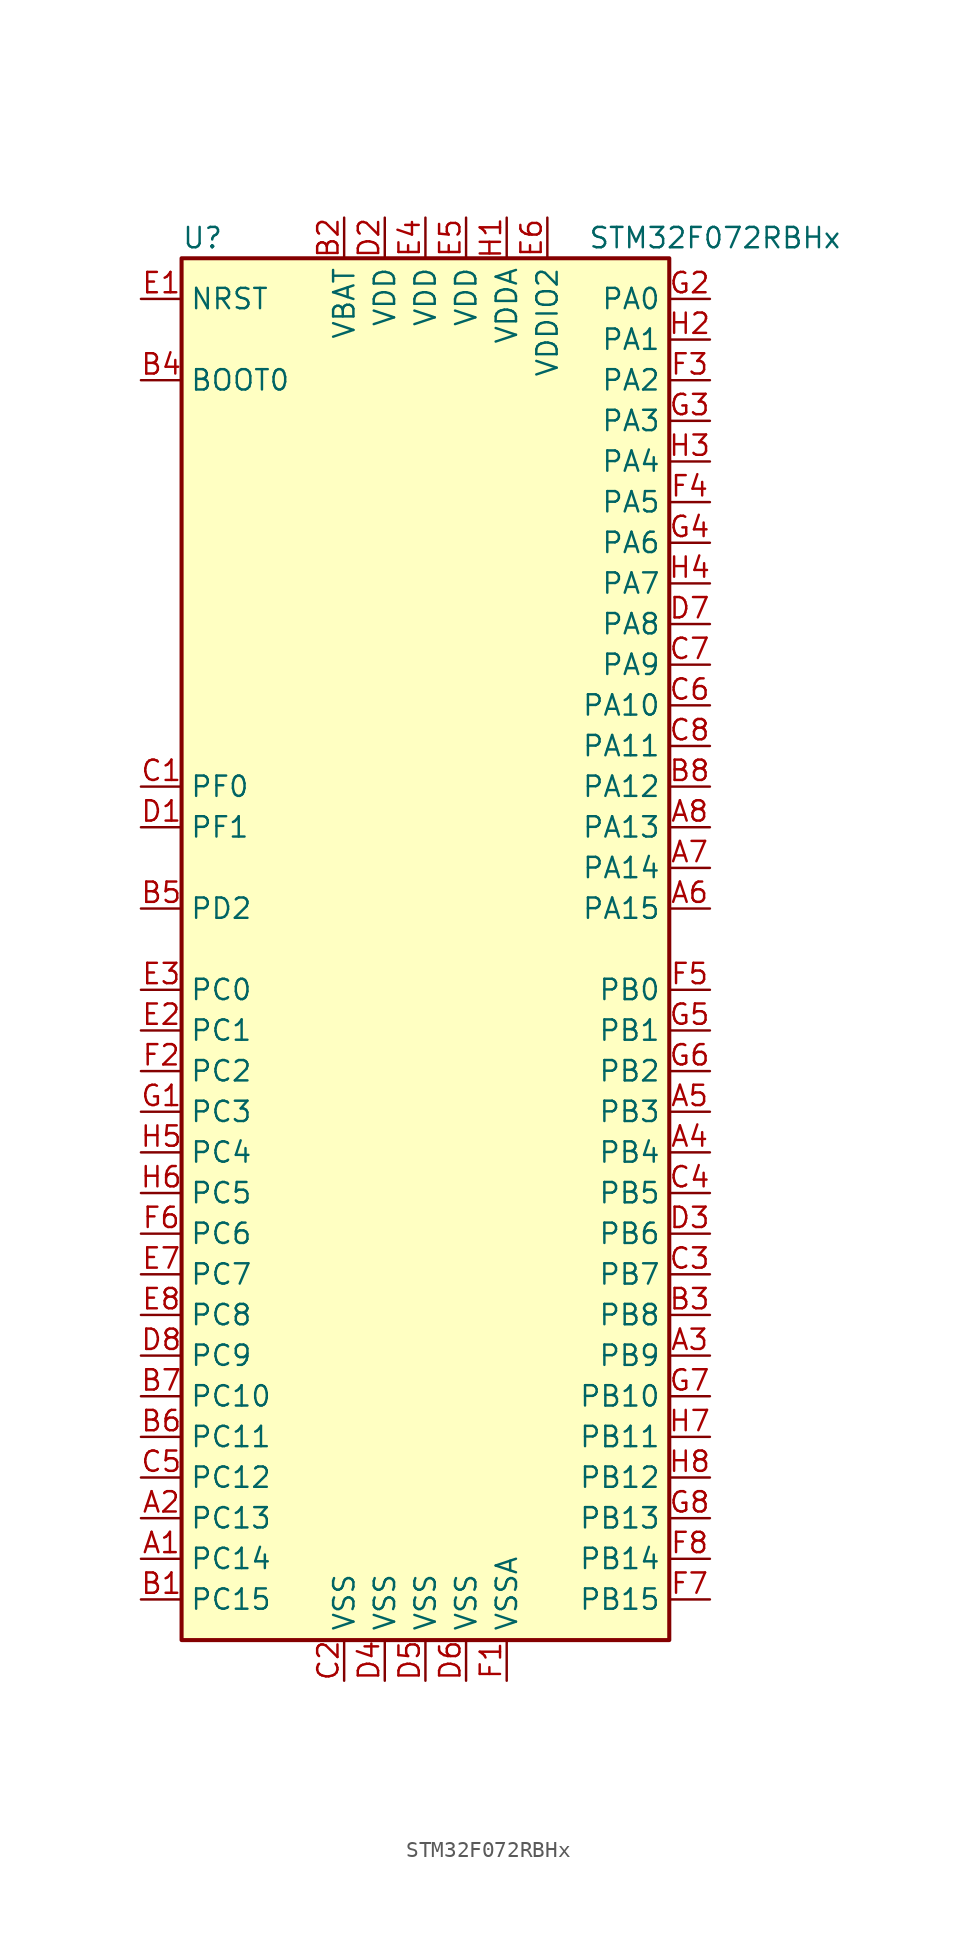
<source format=kicad_sym>
(kicad_symbol_lib
  (version 20201005)
  (generator kicad_symbol_editor)
  (symbol "MCU_ST_STM32F0:STM32F072RBHx"
    (property "Reference" "U"
      (at -15.24 44.45 0)
      (effects (font (size 1.27 1.27)) (justify left)))
    (property "Value" "STM32F072RBHx"
      (at 10.16 44.45 0)
      (effects (font (size 1.27 1.27)) (justify left)))
    (symbol "STM32F072RBHx_0_1"
      (rectangle (start -15.24 -43.18) (end 15.24 43.18) (stroke (width 0.254)) (fill (type background))))
    (symbol "STM32F072RBHx_1_1"
      (pin bidirectional line (at -17.78 -38.1 0) (length 2.54) (name "PC14" (effects (font (size 1.27 1.27)))) (number "A1" (effects (font (size 1.27 1.27)))))
      (pin bidirectional line (at -17.78 -35.56 0) (length 2.54) (name "PC13" (effects (font (size 1.27 1.27)))) (number "A2" (effects (font (size 1.27 1.27)))))
      (pin bidirectional line (at 17.78 -25.4 180) (length 2.54) (name "PB9" (effects (font (size 1.27 1.27)))) (number "A3" (effects (font (size 1.27 1.27)))))
      (pin bidirectional line (at 17.78 -12.7 180) (length 2.54) (name "PB4" (effects (font (size 1.27 1.27)))) (number "A4" (effects (font (size 1.27 1.27)))))
      (pin bidirectional line (at 17.78 -10.16 180) (length 2.54) (name "PB3" (effects (font (size 1.27 1.27)))) (number "A5" (effects (font (size 1.27 1.27)))))
      (pin bidirectional line (at 17.78 2.54 180) (length 2.54) (name "PA15" (effects (font (size 1.27 1.27)))) (number "A6" (effects (font (size 1.27 1.27)))))
      (pin bidirectional line (at 17.78 5.08 180) (length 2.54) (name "PA14" (effects (font (size 1.27 1.27)))) (number "A7" (effects (font (size 1.27 1.27)))))
      (pin bidirectional line (at 17.78 7.62 180) (length 2.54) (name "PA13" (effects (font (size 1.27 1.27)))) (number "A8" (effects (font (size 1.27 1.27)))))
      (pin bidirectional line (at -17.78 -40.64 0) (length 2.54) (name "PC15" (effects (font (size 1.27 1.27)))) (number "B1" (effects (font (size 1.27 1.27)))))
      (pin power_in line (at -5.08 45.72 270) (length 2.54) (name "VBAT" (effects (font (size 1.27 1.27)))) (number "B2" (effects (font (size 1.27 1.27)))))
      (pin bidirectional line (at 17.78 -22.86 180) (length 2.54) (name "PB8" (effects (font (size 1.27 1.27)))) (number "B3" (effects (font (size 1.27 1.27)))))
      (pin input line (at -17.78 35.56 0) (length 2.54) (name "BOOT0" (effects (font (size 1.27 1.27)))) (number "B4" (effects (font (size 1.27 1.27)))))
      (pin bidirectional line (at -17.78 2.54 0) (length 2.54) (name "PD2" (effects (font (size 1.27 1.27)))) (number "B5" (effects (font (size 1.27 1.27)))))
      (pin bidirectional line (at -17.78 -30.48 0) (length 2.54) (name "PC11" (effects (font (size 1.27 1.27)))) (number "B6" (effects (font (size 1.27 1.27)))))
      (pin bidirectional line (at -17.78 -27.94 0) (length 2.54) (name "PC10" (effects (font (size 1.27 1.27)))) (number "B7" (effects (font (size 1.27 1.27)))))
      (pin bidirectional line (at 17.78 10.16 180) (length 2.54) (name "PA12" (effects (font (size 1.27 1.27)))) (number "B8" (effects (font (size 1.27 1.27)))))
      (pin input line (at -17.78 10.16 0) (length 2.54) (name "PF0" (effects (font (size 1.27 1.27)))) (number "C1" (effects (font (size 1.27 1.27)))))
      (pin power_in line (at -5.08 -45.72 90) (length 2.54) (name "VSS" (effects (font (size 1.27 1.27)))) (number "C2" (effects (font (size 1.27 1.27)))))
      (pin bidirectional line (at 17.78 -20.32 180) (length 2.54) (name "PB7" (effects (font (size 1.27 1.27)))) (number "C3" (effects (font (size 1.27 1.27)))))
      (pin bidirectional line (at 17.78 -15.24 180) (length 2.54) (name "PB5" (effects (font (size 1.27 1.27)))) (number "C4" (effects (font (size 1.27 1.27)))))
      (pin bidirectional line (at -17.78 -33.02 0) (length 2.54) (name "PC12" (effects (font (size 1.27 1.27)))) (number "C5" (effects (font (size 1.27 1.27)))))
      (pin bidirectional line (at 17.78 15.24 180) (length 2.54) (name "PA10" (effects (font (size 1.27 1.27)))) (number "C6" (effects (font (size 1.27 1.27)))))
      (pin bidirectional line (at 17.78 17.78 180) (length 2.54) (name "PA9" (effects (font (size 1.27 1.27)))) (number "C7" (effects (font (size 1.27 1.27)))))
      (pin bidirectional line (at 17.78 12.7 180) (length 2.54) (name "PA11" (effects (font (size 1.27 1.27)))) (number "C8" (effects (font (size 1.27 1.27)))))
      (pin input line (at -17.78 7.62 0) (length 2.54) (name "PF1" (effects (font (size 1.27 1.27)))) (number "D1" (effects (font (size 1.27 1.27)))))
      (pin power_in line (at -2.54 45.72 270) (length 2.54) (name "VDD" (effects (font (size 1.27 1.27)))) (number "D2" (effects (font (size 1.27 1.27)))))
      (pin bidirectional line (at 17.78 -17.78 180) (length 2.54) (name "PB6" (effects (font (size 1.27 1.27)))) (number "D3" (effects (font (size 1.27 1.27)))))
      (pin power_in line (at -2.54 -45.72 90) (length 2.54) (name "VSS" (effects (font (size 1.27 1.27)))) (number "D4" (effects (font (size 1.27 1.27)))))
      (pin power_in line (at 0 -45.72 90) (length 2.54) (name "VSS" (effects (font (size 1.27 1.27)))) (number "D5" (effects (font (size 1.27 1.27)))))
      (pin power_in line (at 2.54 -45.72 90) (length 2.54) (name "VSS" (effects (font (size 1.27 1.27)))) (number "D6" (effects (font (size 1.27 1.27)))))
      (pin bidirectional line (at 17.78 20.32 180) (length 2.54) (name "PA8" (effects (font (size 1.27 1.27)))) (number "D7" (effects (font (size 1.27 1.27)))))
      (pin bidirectional line (at -17.78 -25.4 0) (length 2.54) (name "PC9" (effects (font (size 1.27 1.27)))) (number "D8" (effects (font (size 1.27 1.27)))))
      (pin input line (at -17.78 40.64 0) (length 2.54) (name "NRST" (effects (font (size 1.27 1.27)))) (number "E1" (effects (font (size 1.27 1.27)))))
      (pin bidirectional line (at -17.78 -5.08 0) (length 2.54) (name "PC1" (effects (font (size 1.27 1.27)))) (number "E2" (effects (font (size 1.27 1.27)))))
      (pin bidirectional line (at -17.78 -2.54 0) (length 2.54) (name "PC0" (effects (font (size 1.27 1.27)))) (number "E3" (effects (font (size 1.27 1.27)))))
      (pin power_in line (at 0 45.72 270) (length 2.54) (name "VDD" (effects (font (size 1.27 1.27)))) (number "E4" (effects (font (size 1.27 1.27)))))
      (pin power_in line (at 2.54 45.72 270) (length 2.54) (name "VDD" (effects (font (size 1.27 1.27)))) (number "E5" (effects (font (size 1.27 1.27)))))
      (pin power_in line (at 7.62 45.72 270) (length 2.54) (name "VDDIO2" (effects (font (size 1.27 1.27)))) (number "E6" (effects (font (size 1.27 1.27)))))
      (pin bidirectional line (at -17.78 -20.32 0) (length 2.54) (name "PC7" (effects (font (size 1.27 1.27)))) (number "E7" (effects (font (size 1.27 1.27)))))
      (pin bidirectional line (at -17.78 -22.86 0) (length 2.54) (name "PC8" (effects (font (size 1.27 1.27)))) (number "E8" (effects (font (size 1.27 1.27)))))
      (pin power_in line (at 5.08 -45.72 90) (length 2.54) (name "VSSA" (effects (font (size 1.27 1.27)))) (number "F1" (effects (font (size 1.27 1.27)))))
      (pin bidirectional line (at -17.78 -7.62 0) (length 2.54) (name "PC2" (effects (font (size 1.27 1.27)))) (number "F2" (effects (font (size 1.27 1.27)))))
      (pin bidirectional line (at 17.78 35.56 180) (length 2.54) (name "PA2" (effects (font (size 1.27 1.27)))) (number "F3" (effects (font (size 1.27 1.27)))))
      (pin bidirectional line (at 17.78 27.94 180) (length 2.54) (name "PA5" (effects (font (size 1.27 1.27)))) (number "F4" (effects (font (size 1.27 1.27)))))
      (pin bidirectional line (at 17.78 -2.54 180) (length 2.54) (name "PB0" (effects (font (size 1.27 1.27)))) (number "F5" (effects (font (size 1.27 1.27)))))
      (pin bidirectional line (at -17.78 -17.78 0) (length 2.54) (name "PC6" (effects (font (size 1.27 1.27)))) (number "F6" (effects (font (size 1.27 1.27)))))
      (pin bidirectional line (at 17.78 -40.64 180) (length 2.54) (name "PB15" (effects (font (size 1.27 1.27)))) (number "F7" (effects (font (size 1.27 1.27)))))
      (pin bidirectional line (at 17.78 -38.1 180) (length 2.54) (name "PB14" (effects (font (size 1.27 1.27)))) (number "F8" (effects (font (size 1.27 1.27)))))
      (pin bidirectional line (at -17.78 -10.16 0) (length 2.54) (name "PC3" (effects (font (size 1.27 1.27)))) (number "G1" (effects (font (size 1.27 1.27)))))
      (pin bidirectional line (at 17.78 40.64 180) (length 2.54) (name "PA0" (effects (font (size 1.27 1.27)))) (number "G2" (effects (font (size 1.27 1.27)))))
      (pin bidirectional line (at 17.78 33.02 180) (length 2.54) (name "PA3" (effects (font (size 1.27 1.27)))) (number "G3" (effects (font (size 1.27 1.27)))))
      (pin bidirectional line (at 17.78 25.4 180) (length 2.54) (name "PA6" (effects (font (size 1.27 1.27)))) (number "G4" (effects (font (size 1.27 1.27)))))
      (pin bidirectional line (at 17.78 -5.08 180) (length 2.54) (name "PB1" (effects (font (size 1.27 1.27)))) (number "G5" (effects (font (size 1.27 1.27)))))
      (pin bidirectional line (at 17.78 -7.62 180) (length 2.54) (name "PB2" (effects (font (size 1.27 1.27)))) (number "G6" (effects (font (size 1.27 1.27)))))
      (pin bidirectional line (at 17.78 -27.94 180) (length 2.54) (name "PB10" (effects (font (size 1.27 1.27)))) (number "G7" (effects (font (size 1.27 1.27)))))
      (pin bidirectional line (at 17.78 -35.56 180) (length 2.54) (name "PB13" (effects (font (size 1.27 1.27)))) (number "G8" (effects (font (size 1.27 1.27)))))
      (pin power_in line (at 5.08 45.72 270) (length 2.54) (name "VDDA" (effects (font (size 1.27 1.27)))) (number "H1" (effects (font (size 1.27 1.27)))))
      (pin bidirectional line (at 17.78 38.1 180) (length 2.54) (name "PA1" (effects (font (size 1.27 1.27)))) (number "H2" (effects (font (size 1.27 1.27)))))
      (pin bidirectional line (at 17.78 30.48 180) (length 2.54) (name "PA4" (effects (font (size 1.27 1.27)))) (number "H3" (effects (font (size 1.27 1.27)))))
      (pin bidirectional line (at 17.78 22.86 180) (length 2.54) (name "PA7" (effects (font (size 1.27 1.27)))) (number "H4" (effects (font (size 1.27 1.27)))))
      (pin bidirectional line (at -17.78 -12.7 0) (length 2.54) (name "PC4" (effects (font (size 1.27 1.27)))) (number "H5" (effects (font (size 1.27 1.27)))))
      (pin bidirectional line (at -17.78 -15.24 0) (length 2.54) (name "PC5" (effects (font (size 1.27 1.27)))) (number "H6" (effects (font (size 1.27 1.27)))))
      (pin bidirectional line (at 17.78 -30.48 180) (length 2.54) (name "PB11" (effects (font (size 1.27 1.27)))) (number "H7" (effects (font (size 1.27 1.27)))))
      (pin bidirectional line (at 17.78 -33.02 180) (length 2.54) (name "PB12" (effects (font (size 1.27 1.27)))) (number "H8" (effects (font (size 1.27 1.27))))))))
</source>
